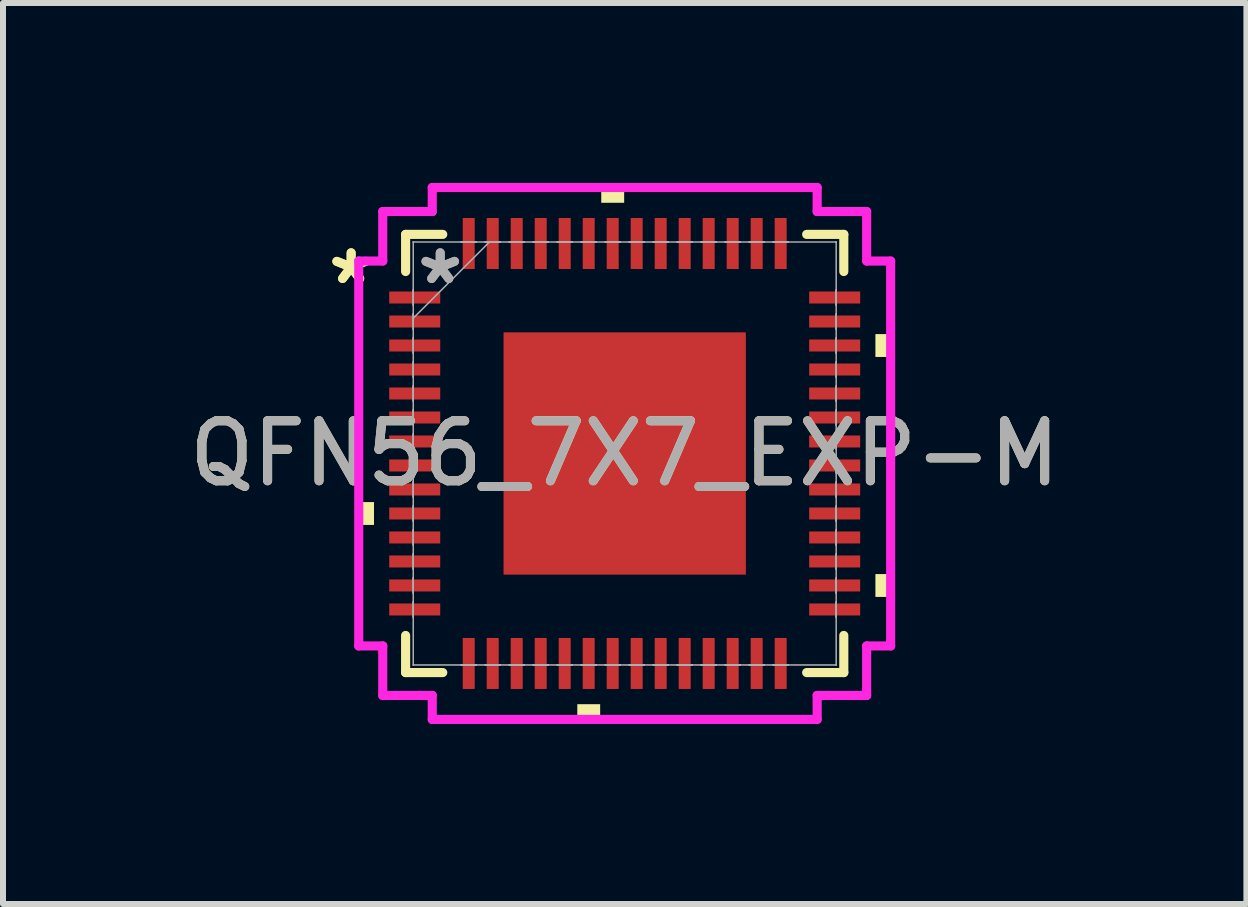
<source format=kicad_pcb>
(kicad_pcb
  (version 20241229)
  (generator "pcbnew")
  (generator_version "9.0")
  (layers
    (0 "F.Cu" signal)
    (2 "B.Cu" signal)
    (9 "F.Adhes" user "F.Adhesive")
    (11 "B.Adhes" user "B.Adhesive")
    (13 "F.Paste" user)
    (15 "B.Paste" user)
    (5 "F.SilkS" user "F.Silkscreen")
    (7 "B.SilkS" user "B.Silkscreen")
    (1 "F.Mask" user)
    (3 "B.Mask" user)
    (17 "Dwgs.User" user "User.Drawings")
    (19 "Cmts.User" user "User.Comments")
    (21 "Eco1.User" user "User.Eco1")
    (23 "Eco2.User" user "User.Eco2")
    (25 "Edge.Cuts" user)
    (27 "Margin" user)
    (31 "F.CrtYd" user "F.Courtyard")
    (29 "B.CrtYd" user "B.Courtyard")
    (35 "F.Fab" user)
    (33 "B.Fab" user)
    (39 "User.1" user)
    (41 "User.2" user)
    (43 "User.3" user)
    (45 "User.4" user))
  (footprint "QFN56_7X7_EXP-M"
    (layer "F.Cu")
    (at 7.363 4.509)
    (property "Reference" "QFN56_7X7_EXP-M" (at 0 0 0) (unlocked yes) (layer "F.SilkS") (effects (font (size 1 1) (thickness 0.15))))
    (attr smd)
    (fp_line (start -3.652 -3.652) (end -3.652 -3.033) (stroke (width 0.152) (type solid)) (layer "F.SilkS"))
    (fp_line (start -3.652 3.033) (end -3.652 3.652) (stroke (width 0.152) (type solid)) (layer "F.SilkS"))
    (fp_line (start -3.652 3.652) (end -3.033 3.652) (stroke (width 0.152) (type solid)) (layer "F.SilkS"))
    (fp_line (start -3.033 -3.652) (end -3.652 -3.652) (stroke (width 0.152) (type solid)) (layer "F.SilkS"))
    (fp_line (start 3.033 3.652) (end 3.652 3.652) (stroke (width 0.152) (type solid)) (layer "F.SilkS"))
    (fp_line (start 3.652 -3.652) (end 3.033 -3.652) (stroke (width 0.152) (type solid)) (layer "F.SilkS"))
    (fp_line (start 3.652 -3.033) (end 3.652 -3.652) (stroke (width 0.152) (type solid)) (layer "F.SilkS"))
    (fp_line (start 3.652 3.652) (end 3.652 3.033) (stroke (width 0.152) (type solid)) (layer "F.SilkS"))
    (fp_poly (pts (xy -4.433 0.81) (xy -4.433 1.191) (xy -4.179 1.191) (xy -4.179 0.81)) (stroke (width 0) (type solid)) (fill yes) (layer "F.SilkS"))
    (fp_poly (pts (xy -0.79 4.179) (xy -0.79 4.433) (xy -0.409 4.433) (xy -0.409 4.179)) (stroke (width 0) (type solid)) (fill yes) (layer "F.SilkS"))
    (fp_poly (pts (xy -0.391 -4.179) (xy -0.391 -4.433) (xy -0.009 -4.433) (xy -0.009 -4.179)) (stroke (width 0) (type solid)) (fill yes) (layer "F.SilkS"))
    (fp_poly (pts (xy 4.433 -1.99) (xy 4.433 -1.609) (xy 4.179 -1.609) (xy 4.179 -1.99)) (stroke (width 0) (type solid)) (fill yes) (layer "F.SilkS"))
    (fp_poly (pts (xy 4.433 2.01) (xy 4.433 2.391) (xy 4.179 2.391) (xy 4.179 2.01)) (stroke (width 0) (type solid)) (fill yes) (layer "F.SilkS"))
    (fp_poly (pts (xy -1.919 -1.919) (xy -1.919 -0.773) (xy -0.773 -0.773) (xy -0.773 -1.919)) (stroke (width 0) (type solid)) (fill yes) (layer "F.Paste"))
    (fp_poly (pts (xy -1.919 -0.573) (xy -1.919 0.573) (xy -0.773 0.573) (xy -0.773 -0.573)) (stroke (width 0) (type solid)) (fill yes) (layer "F.Paste"))
    (fp_poly (pts (xy -1.919 0.773) (xy -1.919 1.919) (xy -0.773 1.919) (xy -0.773 0.773)) (stroke (width 0) (type solid)) (fill yes) (layer "F.Paste"))
    (fp_poly (pts (xy -0.573 -1.919) (xy -0.573 -0.773) (xy 0.573 -0.773) (xy 0.573 -1.919)) (stroke (width 0) (type solid)) (fill yes) (layer "F.Paste"))
    (fp_poly (pts (xy -0.573 -0.573) (xy -0.573 0.573) (xy 0.573 0.573) (xy 0.573 -0.573)) (stroke (width 0) (type solid)) (fill yes) (layer "F.Paste"))
    (fp_poly (pts (xy -0.573 0.773) (xy -0.573 1.919) (xy 0.573 1.919) (xy 0.573 0.773)) (stroke (width 0) (type solid)) (fill yes) (layer "F.Paste"))
    (fp_poly (pts (xy 0.773 -1.919) (xy 0.773 -0.773) (xy 1.919 -0.773) (xy 1.919 -1.919)) (stroke (width 0) (type solid)) (fill yes) (layer "F.Paste"))
    (fp_poly (pts (xy 0.773 -0.573) (xy 0.773 0.573) (xy 1.919 0.573) (xy 1.919 -0.573)) (stroke (width 0) (type solid)) (fill yes) (layer "F.Paste"))
    (fp_poly (pts (xy 0.773 0.773) (xy 0.773 1.919) (xy 1.919 1.919) (xy 1.919 0.773)) (stroke (width 0) (type solid)) (fill yes) (layer "F.Paste"))
    (fp_line (start -4.433 -3.208) (end -4.033 -3.208) (stroke (width 0.152) (type solid)) (layer "F.CrtYd"))
    (fp_line (start -4.433 3.208) (end -4.433 -3.208) (stroke (width 0.152) (type solid)) (layer "F.CrtYd"))
    (fp_line (start -4.033 -4.033) (end -3.208 -4.033) (stroke (width 0.152) (type solid)) (layer "F.CrtYd"))
    (fp_line (start -4.033 -3.208) (end -4.033 -4.033) (stroke (width 0.152) (type solid)) (layer "F.CrtYd"))
    (fp_line (start -4.033 3.208) (end -4.433 3.208) (stroke (width 0.152) (type solid)) (layer "F.CrtYd"))
    (fp_line (start -4.033 4.033) (end -4.033 3.208) (stroke (width 0.152) (type solid)) (layer "F.CrtYd"))
    (fp_line (start -3.208 -4.433) (end 3.208 -4.433) (stroke (width 0.152) (type solid)) (layer "F.CrtYd"))
    (fp_line (start -3.208 -4.033) (end -3.208 -4.433) (stroke (width 0.152) (type solid)) (layer "F.CrtYd"))
    (fp_line (start -3.208 4.033) (end -4.033 4.033) (stroke (width 0.152) (type solid)) (layer "F.CrtYd"))
    (fp_line (start -3.208 4.433) (end -3.208 4.033) (stroke (width 0.152) (type solid)) (layer "F.CrtYd"))
    (fp_line (start 3.208 -4.433) (end 3.208 -4.033) (stroke (width 0.152) (type solid)) (layer "F.CrtYd"))
    (fp_line (start 3.208 -4.033) (end 4.033 -4.033) (stroke (width 0.152) (type solid)) (layer "F.CrtYd"))
    (fp_line (start 3.208 4.033) (end 3.208 4.433) (stroke (width 0.152) (type solid)) (layer "F.CrtYd"))
    (fp_line (start 3.208 4.433) (end -3.208 4.433) (stroke (width 0.152) (type solid)) (layer "F.CrtYd"))
    (fp_line (start 4.033 -4.033) (end 4.033 -3.208) (stroke (width 0.152) (type solid)) (layer "F.CrtYd"))
    (fp_line (start 4.033 -3.208) (end 4.433 -3.208) (stroke (width 0.152) (type solid)) (layer "F.CrtYd"))
    (fp_line (start 4.033 3.208) (end 4.033 4.033) (stroke (width 0.152) (type solid)) (layer "F.CrtYd"))
    (fp_line (start 4.033 4.033) (end 3.208 4.033) (stroke (width 0.152) (type solid)) (layer "F.CrtYd"))
    (fp_line (start 4.433 -3.208) (end 4.433 3.208) (stroke (width 0.152) (type solid)) (layer "F.CrtYd"))
    (fp_line (start 4.433 3.208) (end 4.033 3.208) (stroke (width 0.152) (type solid)) (layer "F.CrtYd"))
    (fp_line (start -3.525 -3.525) (end -3.525 -3.525) (stroke (width 0.025) (type solid)) (layer "F.Fab"))
    (fp_line (start -3.525 -3.525) (end -3.525 3.525) (stroke (width 0.025) (type solid)) (layer "F.Fab"))
    (fp_line (start -3.525 -2.725) (end -3.525 -2.725) (stroke (width 0.025) (type solid)) (layer "F.Fab"))
    (fp_line (start -3.525 -2.725) (end -3.525 -2.475) (stroke (width 0.025) (type solid)) (layer "F.Fab"))
    (fp_line (start -3.525 -2.475) (end -3.525 -2.725) (stroke (width 0.025) (type solid)) (layer "F.Fab"))
    (fp_line (start -3.525 -2.475) (end -3.525 -2.475) (stroke (width 0.025) (type solid)) (layer "F.Fab"))
    (fp_line (start -3.525 -2.325) (end -3.525 -2.325) (stroke (width 0.025) (type solid)) (layer "F.Fab"))
    (fp_line (start -3.525 -2.325) (end -3.525 -2.075) (stroke (width 0.025) (type solid)) (layer "F.Fab"))
    (fp_line (start -3.525 -2.255) (end -2.255 -3.525) (stroke (width 0.025) (type solid)) (layer "F.Fab"))
    (fp_line (start -3.525 -2.075) (end -3.525 -2.325) (stroke (width 0.025) (type solid)) (layer "F.Fab"))
    (fp_line (start -3.525 -2.075) (end -3.525 -2.075) (stroke (width 0.025) (type solid)) (layer "F.Fab"))
    (fp_line (start -3.525 -1.925) (end -3.525 -1.925) (stroke (width 0.025) (type solid)) (layer "F.Fab"))
    (fp_line (start -3.525 -1.925) (end -3.525 -1.675) (stroke (width 0.025) (type solid)) (layer "F.Fab"))
    (fp_line (start -3.525 -1.675) (end -3.525 -1.925) (stroke (width 0.025) (type solid)) (layer "F.Fab"))
    (fp_line (start -3.525 -1.675) (end -3.525 -1.675) (stroke (width 0.025) (type solid)) (layer "F.Fab"))
    (fp_line (start -3.525 -1.525) (end -3.525 -1.525) (stroke (width 0.025) (type solid)) (layer "F.Fab"))
    (fp_line (start -3.525 -1.525) (end -3.525 -1.275) (stroke (width 0.025) (type solid)) (layer "F.Fab"))
    (fp_line (start -3.525 -1.275) (end -3.525 -1.525) (stroke (width 0.025) (type solid)) (layer "F.Fab"))
    (fp_line (start -3.525 -1.275) (end -3.525 -1.275) (stroke (width 0.025) (type solid)) (layer "F.Fab"))
    (fp_line (start -3.525 -1.125) (end -3.525 -1.125) (stroke (width 0.025) (type solid)) (layer "F.Fab"))
    (fp_line (start -3.525 -1.125) (end -3.525 -0.875) (stroke (width 0.025) (type solid)) (layer "F.Fab"))
    (fp_line (start -3.525 -0.875) (end -3.525 -1.125) (stroke (width 0.025) (type solid)) (layer "F.Fab"))
    (fp_line (start -3.525 -0.875) (end -3.525 -0.875) (stroke (width 0.025) (type solid)) (layer "F.Fab"))
    (fp_line (start -3.525 -0.725) (end -3.525 -0.725) (stroke (width 0.025) (type solid)) (layer "F.Fab"))
    (fp_line (start -3.525 -0.725) (end -3.525 -0.475) (stroke (width 0.025) (type solid)) (layer "F.Fab"))
    (fp_line (start -3.525 -0.475) (end -3.525 -0.725) (stroke (width 0.025) (type solid)) (layer "F.Fab"))
    (fp_line (start -3.525 -0.475) (end -3.525 -0.475) (stroke (width 0.025) (type solid)) (layer "F.Fab"))
    (fp_line (start -3.525 -0.325) (end -3.525 -0.325) (stroke (width 0.025) (type solid)) (layer "F.Fab"))
    (fp_line (start -3.525 -0.325) (end -3.525 -0.075) (stroke (width 0.025) (type solid)) (layer "F.Fab"))
    (fp_line (start -3.525 -0.075) (end -3.525 -0.325) (stroke (width 0.025) (type solid)) (layer "F.Fab"))
    (fp_line (start -3.525 -0.075) (end -3.525 -0.075) (stroke (width 0.025) (type solid)) (layer "F.Fab"))
    (fp_line (start -3.525 0.075) (end -3.525 0.075) (stroke (width 0.025) (type solid)) (layer "F.Fab"))
    (fp_line (start -3.525 0.075) (end -3.525 0.325) (stroke (width 0.025) (type solid)) (layer "F.Fab"))
    (fp_line (start -3.525 0.325) (end -3.525 0.075) (stroke (width 0.025) (type solid)) (layer "F.Fab"))
    (fp_line (start -3.525 0.325) (end -3.525 0.325) (stroke (width 0.025) (type solid)) (layer "F.Fab"))
    (fp_line (start -3.525 0.475) (end -3.525 0.475) (stroke (width 0.025) (type solid)) (layer "F.Fab"))
    (fp_line (start -3.525 0.475) (end -3.525 0.725) (stroke (width 0.025) (type solid)) (layer "F.Fab"))
    (fp_line (start -3.525 0.725) (end -3.525 0.475) (stroke (width 0.025) (type solid)) (layer "F.Fab"))
    (fp_line (start -3.525 0.725) (end -3.525 0.725) (stroke (width 0.025) (type solid)) (layer "F.Fab"))
    (fp_line (start -3.525 0.875) (end -3.525 0.875) (stroke (width 0.025) (type solid)) (layer "F.Fab"))
    (fp_line (start -3.525 0.875) (end -3.525 1.125) (stroke (width 0.025) (type solid)) (layer "F.Fab"))
    (fp_line (start -3.525 1.125) (end -3.525 0.875) (stroke (width 0.025) (type solid)) (layer "F.Fab"))
    (fp_line (start -3.525 1.125) (end -3.525 1.125) (stroke (width 0.025) (type solid)) (layer "F.Fab"))
    (fp_line (start -3.525 1.275) (end -3.525 1.275) (stroke (width 0.025) (type solid)) (layer "F.Fab"))
    (fp_line (start -3.525 1.275) (end -3.525 1.525) (stroke (width 0.025) (type solid)) (layer "F.Fab"))
    (fp_line (start -3.525 1.525) (end -3.525 1.275) (stroke (width 0.025) (type solid)) (layer "F.Fab"))
    (fp_line (start -3.525 1.525) (end -3.525 1.525) (stroke (width 0.025) (type solid)) (layer "F.Fab"))
    (fp_line (start -3.525 1.675) (end -3.525 1.675) (stroke (width 0.025) (type solid)) (layer "F.Fab"))
    (fp_line (start -3.525 1.675) (end -3.525 1.925) (stroke (width 0.025) (type solid)) (layer "F.Fab"))
    (fp_line (start -3.525 1.925) (end -3.525 1.675) (stroke (width 0.025) (type solid)) (layer "F.Fab"))
    (fp_line (start -3.525 1.925) (end -3.525 1.925) (stroke (width 0.025) (type solid)) (layer "F.Fab"))
    (fp_line (start -3.525 2.075) (end -3.525 2.075) (stroke (width 0.025) (type solid)) (layer "F.Fab"))
    (fp_line (start -3.525 2.075) (end -3.525 2.325) (stroke (width 0.025) (type solid)) (layer "F.Fab"))
    (fp_line (start -3.525 2.325) (end -3.525 2.075) (stroke (width 0.025) (type solid)) (layer "F.Fab"))
    (fp_line (start -3.525 2.325) (end -3.525 2.325) (stroke (width 0.025) (type solid)) (layer "F.Fab"))
    (fp_line (start -3.525 2.475) (end -3.525 2.475) (stroke (width 0.025) (type solid)) (layer "F.Fab"))
    (fp_line (start -3.525 2.475) (end -3.525 2.725) (stroke (width 0.025) (type solid)) (layer "F.Fab"))
    (fp_line (start -3.525 2.725) (end -3.525 2.475) (stroke (width 0.025) (type solid)) (layer "F.Fab"))
    (fp_line (start -3.525 2.725) (end -3.525 2.725) (stroke (width 0.025) (type solid)) (layer "F.Fab"))
    (fp_line (start -3.525 3.525) (end -3.525 3.525) (stroke (width 0.025) (type solid)) (layer "F.Fab"))
    (fp_line (start -3.525 3.525) (end 3.525 3.525) (stroke (width 0.025) (type solid)) (layer "F.Fab"))
    (fp_line (start -2.725 -3.525) (end -2.725 -3.525) (stroke (width 0.025) (type solid)) (layer "F.Fab"))
    (fp_line (start -2.725 -3.525) (end -2.475 -3.525) (stroke (width 0.025) (type solid)) (layer "F.Fab"))
    (fp_line (start -2.725 3.525) (end -2.725 3.525) (stroke (width 0.025) (type solid)) (layer "F.Fab"))
    (fp_line (start -2.725 3.525) (end -2.475 3.525) (stroke (width 0.025) (type solid)) (layer "F.Fab"))
    (fp_line (start -2.475 -3.525) (end -2.725 -3.525) (stroke (width 0.025) (type solid)) (layer "F.Fab"))
    (fp_line (start -2.475 -3.525) (end -2.475 -3.525) (stroke (width 0.025) (type solid)) (layer "F.Fab"))
    (fp_line (start -2.475 3.525) (end -2.725 3.525) (stroke (width 0.025) (type solid)) (layer "F.Fab"))
    (fp_line (start -2.475 3.525) (end -2.475 3.525) (stroke (width 0.025) (type solid)) (layer "F.Fab"))
    (fp_line (start -2.325 -3.525) (end -2.325 -3.525) (stroke (width 0.025) (type solid)) (layer "F.Fab"))
    (fp_line (start -2.325 -3.525) (end -2.075 -3.525) (stroke (width 0.025) (type solid)) (layer "F.Fab"))
    (fp_line (start -2.325 3.525) (end -2.325 3.525) (stroke (width 0.025) (type solid)) (layer "F.Fab"))
    (fp_line (start -2.325 3.525) (end -2.075 3.525) (stroke (width 0.025) (type solid)) (layer "F.Fab"))
    (fp_line (start -2.075 -3.525) (end -2.325 -3.525) (stroke (width 0.025) (type solid)) (layer "F.Fab"))
    (fp_line (start -2.075 -3.525) (end -2.075 -3.525) (stroke (width 0.025) (type solid)) (layer "F.Fab"))
    (fp_line (start -2.075 3.525) (end -2.325 3.525) (stroke (width 0.025) (type solid)) (layer "F.Fab"))
    (fp_line (start -2.075 3.525) (end -2.075 3.525) (stroke (width 0.025) (type solid)) (layer "F.Fab"))
    (fp_line (start -1.925 -3.525) (end -1.925 -3.525) (stroke (width 0.025) (type solid)) (layer "F.Fab"))
    (fp_line (start -1.925 -3.525) (end -1.675 -3.525) (stroke (width 0.025) (type solid)) (layer "F.Fab"))
    (fp_line (start -1.925 3.525) (end -1.925 3.525) (stroke (width 0.025) (type solid)) (layer "F.Fab"))
    (fp_line (start -1.925 3.525) (end -1.675 3.525) (stroke (width 0.025) (type solid)) (layer "F.Fab"))
    (fp_line (start -1.675 -3.525) (end -1.925 -3.525) (stroke (width 0.025) (type solid)) (layer "F.Fab"))
    (fp_line (start -1.675 -3.525) (end -1.675 -3.525) (stroke (width 0.025) (type solid)) (layer "F.Fab"))
    (fp_line (start -1.675 3.525) (end -1.925 3.525) (stroke (width 0.025) (type solid)) (layer "F.Fab"))
    (fp_line (start -1.675 3.525) (end -1.675 3.525) (stroke (width 0.025) (type solid)) (layer "F.Fab"))
    (fp_line (start -1.525 -3.525) (end -1.525 -3.525) (stroke (width 0.025) (type solid)) (layer "F.Fab"))
    (fp_line (start -1.525 -3.525) (end -1.275 -3.525) (stroke (width 0.025) (type solid)) (layer "F.Fab"))
    (fp_line (start -1.525 3.525) (end -1.525 3.525) (stroke (width 0.025) (type solid)) (layer "F.Fab"))
    (fp_line (start -1.525 3.525) (end -1.275 3.525) (stroke (width 0.025) (type solid)) (layer "F.Fab"))
    (fp_line (start -1.275 -3.525) (end -1.525 -3.525) (stroke (width 0.025) (type solid)) (layer "F.Fab"))
    (fp_line (start -1.275 -3.525) (end -1.275 -3.525) (stroke (width 0.025) (type solid)) (layer "F.Fab"))
    (fp_line (start -1.275 3.525) (end -1.525 3.525) (stroke (width 0.025) (type solid)) (layer "F.Fab"))
    (fp_line (start -1.275 3.525) (end -1.275 3.525) (stroke (width 0.025) (type solid)) (layer "F.Fab"))
    (fp_line (start -1.125 -3.525) (end -1.125 -3.525) (stroke (width 0.025) (type solid)) (layer "F.Fab"))
    (fp_line (start -1.125 -3.525) (end -0.875 -3.525) (stroke (width 0.025) (type solid)) (layer "F.Fab"))
    (fp_line (start -1.125 3.525) (end -1.125 3.525) (stroke (width 0.025) (type solid)) (layer "F.Fab"))
    (fp_line (start -1.125 3.525) (end -0.875 3.525) (stroke (width 0.025) (type solid)) (layer "F.Fab"))
    (fp_line (start -0.875 -3.525) (end -1.125 -3.525) (stroke (width 0.025) (type solid)) (layer "F.Fab"))
    (fp_line (start -0.875 -3.525) (end -0.875 -3.525) (stroke (width 0.025) (type solid)) (layer "F.Fab"))
    (fp_line (start -0.875 3.525) (end -1.125 3.525) (stroke (width 0.025) (type solid)) (layer "F.Fab"))
    (fp_line (start -0.875 3.525) (end -0.875 3.525) (stroke (width 0.025) (type solid)) (layer "F.Fab"))
    (fp_line (start -0.725 -3.525) (end -0.725 -3.525) (stroke (width 0.025) (type solid)) (layer "F.Fab"))
    (fp_line (start -0.725 -3.525) (end -0.475 -3.525) (stroke (width 0.025) (type solid)) (layer "F.Fab"))
    (fp_line (start -0.725 3.525) (end -0.725 3.525) (stroke (width 0.025) (type solid)) (layer "F.Fab"))
    (fp_line (start -0.725 3.525) (end -0.475 3.525) (stroke (width 0.025) (type solid)) (layer "F.Fab"))
    (fp_line (start -0.475 -3.525) (end -0.725 -3.525) (stroke (width 0.025) (type solid)) (layer "F.Fab"))
    (fp_line (start -0.475 -3.525) (end -0.475 -3.525) (stroke (width 0.025) (type solid)) (layer "F.Fab"))
    (fp_line (start -0.475 3.525) (end -0.725 3.525) (stroke (width 0.025) (type solid)) (layer "F.Fab"))
    (fp_line (start -0.475 3.525) (end -0.475 3.525) (stroke (width 0.025) (type solid)) (layer "F.Fab"))
    (fp_line (start -0.325 -3.525) (end -0.325 -3.525) (stroke (width 0.025) (type solid)) (layer "F.Fab"))
    (fp_line (start -0.325 -3.525) (end -0.075 -3.525) (stroke (width 0.025) (type solid)) (layer "F.Fab"))
    (fp_line (start -0.325 3.525) (end -0.325 3.525) (stroke (width 0.025) (type solid)) (layer "F.Fab"))
    (fp_line (start -0.325 3.525) (end -0.075 3.525) (stroke (width 0.025) (type solid)) (layer "F.Fab"))
    (fp_line (start -0.075 -3.525) (end -0.325 -3.525) (stroke (width 0.025) (type solid)) (layer "F.Fab"))
    (fp_line (start -0.075 -3.525) (end -0.075 -3.525) (stroke (width 0.025) (type solid)) (layer "F.Fab"))
    (fp_line (start -0.075 3.525) (end -0.325 3.525) (stroke (width 0.025) (type solid)) (layer "F.Fab"))
    (fp_line (start -0.075 3.525) (end -0.075 3.525) (stroke (width 0.025) (type solid)) (layer "F.Fab"))
    (fp_line (start 0.075 -3.525) (end 0.075 -3.525) (stroke (width 0.025) (type solid)) (layer "F.Fab"))
    (fp_line (start 0.075 -3.525) (end 0.325 -3.525) (stroke (width 0.025) (type solid)) (layer "F.Fab"))
    (fp_line (start 0.075 3.525) (end 0.075 3.525) (stroke (width 0.025) (type solid)) (layer "F.Fab"))
    (fp_line (start 0.075 3.525) (end 0.325 3.525) (stroke (width 0.025) (type solid)) (layer "F.Fab"))
    (fp_line (start 0.325 -3.525) (end 0.075 -3.525) (stroke (width 0.025) (type solid)) (layer "F.Fab"))
    (fp_line (start 0.325 -3.525) (end 0.325 -3.525) (stroke (width 0.025) (type solid)) (layer "F.Fab"))
    (fp_line (start 0.325 3.525) (end 0.075 3.525) (stroke (width 0.025) (type solid)) (layer "F.Fab"))
    (fp_line (start 0.325 3.525) (end 0.325 3.525) (stroke (width 0.025) (type solid)) (layer "F.Fab"))
    (fp_line (start 0.475 -3.525) (end 0.475 -3.525) (stroke (width 0.025) (type solid)) (layer "F.Fab"))
    (fp_line (start 0.475 -3.525) (end 0.725 -3.525) (stroke (width 0.025) (type solid)) (layer "F.Fab"))
    (fp_line (start 0.475 3.525) (end 0.475 3.525) (stroke (width 0.025) (type solid)) (layer "F.Fab"))
    (fp_line (start 0.475 3.525) (end 0.725 3.525) (stroke (width 0.025) (type solid)) (layer "F.Fab"))
    (fp_line (start 0.725 -3.525) (end 0.475 -3.525) (stroke (width 0.025) (type solid)) (layer "F.Fab"))
    (fp_line (start 0.725 -3.525) (end 0.725 -3.525) (stroke (width 0.025) (type solid)) (layer "F.Fab"))
    (fp_line (start 0.725 3.525) (end 0.475 3.525) (stroke (width 0.025) (type solid)) (layer "F.Fab"))
    (fp_line (start 0.725 3.525) (end 0.725 3.525) (stroke (width 0.025) (type solid)) (layer "F.Fab"))
    (fp_line (start 0.875 -3.525) (end 0.875 -3.525) (stroke (width 0.025) (type solid)) (layer "F.Fab"))
    (fp_line (start 0.875 -3.525) (end 1.125 -3.525) (stroke (width 0.025) (type solid)) (layer "F.Fab"))
    (fp_line (start 0.875 3.525) (end 0.875 3.525) (stroke (width 0.025) (type solid)) (layer "F.Fab"))
    (fp_line (start 0.875 3.525) (end 1.125 3.525) (stroke (width 0.025) (type solid)) (layer "F.Fab"))
    (fp_line (start 1.125 -3.525) (end 0.875 -3.525) (stroke (width 0.025) (type solid)) (layer "F.Fab"))
    (fp_line (start 1.125 -3.525) (end 1.125 -3.525) (stroke (width 0.025) (type solid)) (layer "F.Fab"))
    (fp_line (start 1.125 3.525) (end 0.875 3.525) (stroke (width 0.025) (type solid)) (layer "F.Fab"))
    (fp_line (start 1.125 3.525) (end 1.125 3.525) (stroke (width 0.025) (type solid)) (layer "F.Fab"))
    (fp_line (start 1.275 -3.525) (end 1.275 -3.525) (stroke (width 0.025) (type solid)) (layer "F.Fab"))
    (fp_line (start 1.275 -3.525) (end 1.525 -3.525) (stroke (width 0.025) (type solid)) (layer "F.Fab"))
    (fp_line (start 1.275 3.525) (end 1.275 3.525) (stroke (width 0.025) (type solid)) (layer "F.Fab"))
    (fp_line (start 1.275 3.525) (end 1.525 3.525) (stroke (width 0.025) (type solid)) (layer "F.Fab"))
    (fp_line (start 1.525 -3.525) (end 1.275 -3.525) (stroke (width 0.025) (type solid)) (layer "F.Fab"))
    (fp_line (start 1.525 -3.525) (end 1.525 -3.525) (stroke (width 0.025) (type solid)) (layer "F.Fab"))
    (fp_line (start 1.525 3.525) (end 1.275 3.525) (stroke (width 0.025) (type solid)) (layer "F.Fab"))
    (fp_line (start 1.525 3.525) (end 1.525 3.525) (stroke (width 0.025) (type solid)) (layer "F.Fab"))
    (fp_line (start 1.675 -3.525) (end 1.675 -3.525) (stroke (width 0.025) (type solid)) (layer "F.Fab"))
    (fp_line (start 1.675 -3.525) (end 1.925 -3.525) (stroke (width 0.025) (type solid)) (layer "F.Fab"))
    (fp_line (start 1.675 3.525) (end 1.675 3.525) (stroke (width 0.025) (type solid)) (layer "F.Fab"))
    (fp_line (start 1.675 3.525) (end 1.925 3.525) (stroke (width 0.025) (type solid)) (layer "F.Fab"))
    (fp_line (start 1.925 -3.525) (end 1.675 -3.525) (stroke (width 0.025) (type solid)) (layer "F.Fab"))
    (fp_line (start 1.925 -3.525) (end 1.925 -3.525) (stroke (width 0.025) (type solid)) (layer "F.Fab"))
    (fp_line (start 1.925 3.525) (end 1.675 3.525) (stroke (width 0.025) (type solid)) (layer "F.Fab"))
    (fp_line (start 1.925 3.525) (end 1.925 3.525) (stroke (width 0.025) (type solid)) (layer "F.Fab"))
    (fp_line (start 2.075 -3.525) (end 2.075 -3.525) (stroke (width 0.025) (type solid)) (layer "F.Fab"))
    (fp_line (start 2.075 -3.525) (end 2.325 -3.525) (stroke (width 0.025) (type solid)) (layer "F.Fab"))
    (fp_line (start 2.075 3.525) (end 2.075 3.525) (stroke (width 0.025) (type solid)) (layer "F.Fab"))
    (fp_line (start 2.075 3.525) (end 2.325 3.525) (stroke (width 0.025) (type solid)) (layer "F.Fab"))
    (fp_line (start 2.325 -3.525) (end 2.075 -3.525) (stroke (width 0.025) (type solid)) (layer "F.Fab"))
    (fp_line (start 2.325 -3.525) (end 2.325 -3.525) (stroke (width 0.025) (type solid)) (layer "F.Fab"))
    (fp_line (start 2.325 3.525) (end 2.075 3.525) (stroke (width 0.025) (type solid)) (layer "F.Fab"))
    (fp_line (start 2.325 3.525) (end 2.325 3.525) (stroke (width 0.025) (type solid)) (layer "F.Fab"))
    (fp_line (start 2.475 -3.525) (end 2.475 -3.525) (stroke (width 0.025) (type solid)) (layer "F.Fab"))
    (fp_line (start 2.475 -3.525) (end 2.725 -3.525) (stroke (width 0.025) (type solid)) (layer "F.Fab"))
    (fp_line (start 2.475 3.525) (end 2.475 3.525) (stroke (width 0.025) (type solid)) (layer "F.Fab"))
    (fp_line (start 2.475 3.525) (end 2.725 3.525) (stroke (width 0.025) (type solid)) (layer "F.Fab"))
    (fp_line (start 2.725 -3.525) (end 2.475 -3.525) (stroke (width 0.025) (type solid)) (layer "F.Fab"))
    (fp_line (start 2.725 -3.525) (end 2.725 -3.525) (stroke (width 0.025) (type solid)) (layer "F.Fab"))
    (fp_line (start 2.725 3.525) (end 2.475 3.525) (stroke (width 0.025) (type solid)) (layer "F.Fab"))
    (fp_line (start 2.725 3.525) (end 2.725 3.525) (stroke (width 0.025) (type solid)) (layer "F.Fab"))
    (fp_line (start 3.525 -3.525) (end -3.525 -3.525) (stroke (width 0.025) (type solid)) (layer "F.Fab"))
    (fp_line (start 3.525 -3.525) (end 3.525 -3.525) (stroke (width 0.025) (type solid)) (layer "F.Fab"))
    (fp_line (start 3.525 -2.725) (end 3.525 -2.725) (stroke (width 0.025) (type solid)) (layer "F.Fab"))
    (fp_line (start 3.525 -2.725) (end 3.525 -2.475) (stroke (width 0.025) (type solid)) (layer "F.Fab"))
    (fp_line (start 3.525 -2.475) (end 3.525 -2.725) (stroke (width 0.025) (type solid)) (layer "F.Fab"))
    (fp_line (start 3.525 -2.475) (end 3.525 -2.475) (stroke (width 0.025) (type solid)) (layer "F.Fab"))
    (fp_line (start 3.525 -2.325) (end 3.525 -2.325) (stroke (width 0.025) (type solid)) (layer "F.Fab"))
    (fp_line (start 3.525 -2.325) (end 3.525 -2.075) (stroke (width 0.025) (type solid)) (layer "F.Fab"))
    (fp_line (start 3.525 -2.075) (end 3.525 -2.325) (stroke (width 0.025) (type solid)) (layer "F.Fab"))
    (fp_line (start 3.525 -2.075) (end 3.525 -2.075) (stroke (width 0.025) (type solid)) (layer "F.Fab"))
    (fp_line (start 3.525 -1.925) (end 3.525 -1.925) (stroke (width 0.025) (type solid)) (layer "F.Fab"))
    (fp_line (start 3.525 -1.925) (end 3.525 -1.675) (stroke (width 0.025) (type solid)) (layer "F.Fab"))
    (fp_line (start 3.525 -1.675) (end 3.525 -1.925) (stroke (width 0.025) (type solid)) (layer "F.Fab"))
    (fp_line (start 3.525 -1.675) (end 3.525 -1.675) (stroke (width 0.025) (type solid)) (layer "F.Fab"))
    (fp_line (start 3.525 -1.525) (end 3.525 -1.525) (stroke (width 0.025) (type solid)) (layer "F.Fab"))
    (fp_line (start 3.525 -1.525) (end 3.525 -1.275) (stroke (width 0.025) (type solid)) (layer "F.Fab"))
    (fp_line (start 3.525 -1.275) (end 3.525 -1.525) (stroke (width 0.025) (type solid)) (layer "F.Fab"))
    (fp_line (start 3.525 -1.275) (end 3.525 -1.275) (stroke (width 0.025) (type solid)) (layer "F.Fab"))
    (fp_line (start 3.525 -1.125) (end 3.525 -1.125) (stroke (width 0.025) (type solid)) (layer "F.Fab"))
    (fp_line (start 3.525 -1.125) (end 3.525 -0.875) (stroke (width 0.025) (type solid)) (layer "F.Fab"))
    (fp_line (start 3.525 -0.875) (end 3.525 -1.125) (stroke (width 0.025) (type solid)) (layer "F.Fab"))
    (fp_line (start 3.525 -0.875) (end 3.525 -0.875) (stroke (width 0.025) (type solid)) (layer "F.Fab"))
    (fp_line (start 3.525 -0.725) (end 3.525 -0.725) (stroke (width 0.025) (type solid)) (layer "F.Fab"))
    (fp_line (start 3.525 -0.725) (end 3.525 -0.475) (stroke (width 0.025) (type solid)) (layer "F.Fab"))
    (fp_line (start 3.525 -0.475) (end 3.525 -0.725) (stroke (width 0.025) (type solid)) (layer "F.Fab"))
    (fp_line (start 3.525 -0.475) (end 3.525 -0.475) (stroke (width 0.025) (type solid)) (layer "F.Fab"))
    (fp_line (start 3.525 -0.325) (end 3.525 -0.325) (stroke (width 0.025) (type solid)) (layer "F.Fab"))
    (fp_line (start 3.525 -0.325) (end 3.525 -0.075) (stroke (width 0.025) (type solid)) (layer "F.Fab"))
    (fp_line (start 3.525 -0.075) (end 3.525 -0.325) (stroke (width 0.025) (type solid)) (layer "F.Fab"))
    (fp_line (start 3.525 -0.075) (end 3.525 -0.075) (stroke (width 0.025) (type solid)) (layer "F.Fab"))
    (fp_line (start 3.525 0.075) (end 3.525 0.075) (stroke (width 0.025) (type solid)) (layer "F.Fab"))
    (fp_line (start 3.525 0.075) (end 3.525 0.325) (stroke (width 0.025) (type solid)) (layer "F.Fab"))
    (fp_line (start 3.525 0.325) (end 3.525 0.075) (stroke (width 0.025) (type solid)) (layer "F.Fab"))
    (fp_line (start 3.525 0.325) (end 3.525 0.325) (stroke (width 0.025) (type solid)) (layer "F.Fab"))
    (fp_line (start 3.525 0.475) (end 3.525 0.475) (stroke (width 0.025) (type solid)) (layer "F.Fab"))
    (fp_line (start 3.525 0.475) (end 3.525 0.725) (stroke (width 0.025) (type solid)) (layer "F.Fab"))
    (fp_line (start 3.525 0.725) (end 3.525 0.475) (stroke (width 0.025) (type solid)) (layer "F.Fab"))
    (fp_line (start 3.525 0.725) (end 3.525 0.725) (stroke (width 0.025) (type solid)) (layer "F.Fab"))
    (fp_line (start 3.525 0.875) (end 3.525 0.875) (stroke (width 0.025) (type solid)) (layer "F.Fab"))
    (fp_line (start 3.525 0.875) (end 3.525 1.125) (stroke (width 0.025) (type solid)) (layer "F.Fab"))
    (fp_line (start 3.525 1.125) (end 3.525 0.875) (stroke (width 0.025) (type solid)) (layer "F.Fab"))
    (fp_line (start 3.525 1.125) (end 3.525 1.125) (stroke (width 0.025) (type solid)) (layer "F.Fab"))
    (fp_line (start 3.525 1.275) (end 3.525 1.275) (stroke (width 0.025) (type solid)) (layer "F.Fab"))
    (fp_line (start 3.525 1.275) (end 3.525 1.525) (stroke (width 0.025) (type solid)) (layer "F.Fab"))
    (fp_line (start 3.525 1.525) (end 3.525 1.275) (stroke (width 0.025) (type solid)) (layer "F.Fab"))
    (fp_line (start 3.525 1.525) (end 3.525 1.525) (stroke (width 0.025) (type solid)) (layer "F.Fab"))
    (fp_line (start 3.525 1.675) (end 3.525 1.675) (stroke (width 0.025) (type solid)) (layer "F.Fab"))
    (fp_line (start 3.525 1.675) (end 3.525 1.925) (stroke (width 0.025) (type solid)) (layer "F.Fab"))
    (fp_line (start 3.525 1.925) (end 3.525 1.675) (stroke (width 0.025) (type solid)) (layer "F.Fab"))
    (fp_line (start 3.525 1.925) (end 3.525 1.925) (stroke (width 0.025) (type solid)) (layer "F.Fab"))
    (fp_line (start 3.525 2.075) (end 3.525 2.075) (stroke (width 0.025) (type solid)) (layer "F.Fab"))
    (fp_line (start 3.525 2.075) (end 3.525 2.325) (stroke (width 0.025) (type solid)) (layer "F.Fab"))
    (fp_line (start 3.525 2.325) (end 3.525 2.075) (stroke (width 0.025) (type solid)) (layer "F.Fab"))
    (fp_line (start 3.525 2.325) (end 3.525 2.325) (stroke (width 0.025) (type solid)) (layer "F.Fab"))
    (fp_line (start 3.525 2.475) (end 3.525 2.475) (stroke (width 0.025) (type solid)) (layer "F.Fab"))
    (fp_line (start 3.525 2.475) (end 3.525 2.725) (stroke (width 0.025) (type solid)) (layer "F.Fab"))
    (fp_line (start 3.525 2.725) (end 3.525 2.475) (stroke (width 0.025) (type solid)) (layer "F.Fab"))
    (fp_line (start 3.525 2.725) (end 3.525 2.725) (stroke (width 0.025) (type solid)) (layer "F.Fab"))
    (fp_line (start 3.525 3.525) (end 3.525 -3.525) (stroke (width 0.025) (type solid)) (layer "F.Fab"))
    (fp_line (start 3.525 3.525) (end 3.525 3.525) (stroke (width 0.025) (type solid)) (layer "F.Fab"))
    (fp_text user "*" (at -4.56 -2.8 0) (layer "F.SilkS") (effects (font (size 1 1) (thickness 0.15))))
    (fp_text user "*" (at -4.56 -2.8 0) (unlocked yes) (layer "F.SilkS") (effects (font (size 1 1) (thickness 0.15))))
    (fp_text user "*" (at -3.075 -2.8 0) (layer "F.Fab") (effects (font (size 1 1) (thickness 0.15))))
    (fp_text user "${REFERENCE}" (at 0 0 0) (unlocked yes) (layer "F.Fab") (effects (font (size 1 1) (thickness 0.15))))
    (fp_text user "*" (at -3.075 -2.8 0) (unlocked yes) (layer "F.Fab") (effects (font (size 1 1) (thickness 0.15))))
    (pad "1" smd rect (at -3.5 -2.6 90) (size 0.2 0.85) (layers "F.Cu" "F.Mask" "F.Paste"))
    (pad "2" smd rect (at -3.5 -2.2 90) (size 0.2 0.85) (layers "F.Cu" "F.Mask" "F.Paste"))
    (pad "3" smd rect (at -3.5 -1.8 90) (size 0.2 0.85) (layers "F.Cu" "F.Mask" "F.Paste"))
    (pad "4" smd rect (at -3.5 -1.4 90) (size 0.2 0.85) (layers "F.Cu" "F.Mask" "F.Paste"))
    (pad "5" smd rect (at -3.5 -1 90) (size 0.2 0.85) (layers "F.Cu" "F.Mask" "F.Paste"))
    (pad "6" smd rect (at -3.5 -0.6 90) (size 0.2 0.85) (layers "F.Cu" "F.Mask" "F.Paste"))
    (pad "7" smd rect (at -3.5 -0.2 90) (size 0.2 0.85) (layers "F.Cu" "F.Mask" "F.Paste"))
    (pad "8" smd rect (at -3.5 0.2 90) (size 0.2 0.85) (layers "F.Cu" "F.Mask" "F.Paste"))
    (pad "9" smd rect (at -3.5 0.6 90) (size 0.2 0.85) (layers "F.Cu" "F.Mask" "F.Paste"))
    (pad "10" smd rect (at -3.5 1 90) (size 0.2 0.85) (layers "F.Cu" "F.Mask" "F.Paste"))
    (pad "11" smd rect (at -3.5 1.4 90) (size 0.2 0.85) (layers "F.Cu" "F.Mask" "F.Paste"))
    (pad "12" smd rect (at -3.5 1.8 90) (size 0.2 0.85) (layers "F.Cu" "F.Mask" "F.Paste"))
    (pad "13" smd rect (at -3.5 2.2 90) (size 0.2 0.85) (layers "F.Cu" "F.Mask" "F.Paste"))
    (pad "14" smd rect (at -3.5 2.6 90) (size 0.2 0.85) (layers "F.Cu" "F.Mask" "F.Paste"))
    (pad "15" smd rect (at -2.6 3.5) (size 0.2 0.85) (layers "F.Cu" "F.Mask" "F.Paste"))
    (pad "16" smd rect (at -2.2 3.5) (size 0.2 0.85) (layers "F.Cu" "F.Mask" "F.Paste"))
    (pad "17" smd rect (at -1.8 3.5) (size 0.2 0.85) (layers "F.Cu" "F.Mask" "F.Paste"))
    (pad "18" smd rect (at -1.4 3.5) (size 0.2 0.85) (layers "F.Cu" "F.Mask" "F.Paste"))
    (pad "19" smd rect (at -1 3.5) (size 0.2 0.85) (layers "F.Cu" "F.Mask" "F.Paste"))
    (pad "20" smd rect (at -0.6 3.5) (size 0.2 0.85) (layers "F.Cu" "F.Mask" "F.Paste"))
    (pad "21" smd rect (at -0.2 3.5) (size 0.2 0.85) (layers "F.Cu" "F.Mask" "F.Paste"))
    (pad "22" smd rect (at 0.2 3.5) (size 0.2 0.85) (layers "F.Cu" "F.Mask" "F.Paste"))
    (pad "23" smd rect (at 0.6 3.5) (size 0.2 0.85) (layers "F.Cu" "F.Mask" "F.Paste"))
    (pad "24" smd rect (at 1 3.5) (size 0.2 0.85) (layers "F.Cu" "F.Mask" "F.Paste"))
    (pad "25" smd rect (at 1.4 3.5) (size 0.2 0.85) (layers "F.Cu" "F.Mask" "F.Paste"))
    (pad "26" smd rect (at 1.8 3.5) (size 0.2 0.85) (layers "F.Cu" "F.Mask" "F.Paste"))
    (pad "27" smd rect (at 2.2 3.5) (size 0.2 0.85) (layers "F.Cu" "F.Mask" "F.Paste"))
    (pad "28" smd rect (at 2.6 3.5) (size 0.2 0.85) (layers "F.Cu" "F.Mask" "F.Paste"))
    (pad "29" smd rect (at 3.5 2.6 90) (size 0.2 0.85) (layers "F.Cu" "F.Mask" "F.Paste"))
    (pad "30" smd rect (at 3.5 2.2 90) (size 0.2 0.85) (layers "F.Cu" "F.Mask" "F.Paste"))
    (pad "31" smd rect (at 3.5 1.8 90) (size 0.2 0.85) (layers "F.Cu" "F.Mask" "F.Paste"))
    (pad "32" smd rect (at 3.5 1.4 90) (size 0.2 0.85) (layers "F.Cu" "F.Mask" "F.Paste"))
    (pad "33" smd rect (at 3.5 1 90) (size 0.2 0.85) (layers "F.Cu" "F.Mask" "F.Paste"))
    (pad "34" smd rect (at 3.5 0.6 90) (size 0.2 0.85) (layers "F.Cu" "F.Mask" "F.Paste"))
    (pad "35" smd rect (at 3.5 0.2 90) (size 0.2 0.85) (layers "F.Cu" "F.Mask" "F.Paste"))
    (pad "36" smd rect (at 3.5 -0.2 90) (size 0.2 0.85) (layers "F.Cu" "F.Mask" "F.Paste"))
    (pad "37" smd rect (at 3.5 -0.6 90) (size 0.2 0.85) (layers "F.Cu" "F.Mask" "F.Paste"))
    (pad "38" smd rect (at 3.5 -1 90) (size 0.2 0.85) (layers "F.Cu" "F.Mask" "F.Paste"))
    (pad "39" smd rect (at 3.5 -1.4 90) (size 0.2 0.85) (layers "F.Cu" "F.Mask" "F.Paste"))
    (pad "40" smd rect (at 3.5 -1.8 90) (size 0.2 0.85) (layers "F.Cu" "F.Mask" "F.Paste"))
    (pad "41" smd rect (at 3.5 -2.2 90) (size 0.2 0.85) (layers "F.Cu" "F.Mask" "F.Paste"))
    (pad "42" smd rect (at 3.5 -2.6 90) (size 0.2 0.85) (layers "F.Cu" "F.Mask" "F.Paste"))
    (pad "43" smd rect (at 2.6 -3.5) (size 0.2 0.85) (layers "F.Cu" "F.Mask" "F.Paste"))
    (pad "44" smd rect (at 2.2 -3.5) (size 0.2 0.85) (layers "F.Cu" "F.Mask" "F.Paste"))
    (pad "45" smd rect (at 1.8 -3.5) (size 0.2 0.85) (layers "F.Cu" "F.Mask" "F.Paste"))
    (pad "46" smd rect (at 1.4 -3.5) (size 0.2 0.85) (layers "F.Cu" "F.Mask" "F.Paste"))
    (pad "47" smd rect (at 1 -3.5) (size 0.2 0.85) (layers "F.Cu" "F.Mask" "F.Paste"))
    (pad "48" smd rect (at 0.6 -3.5) (size 0.2 0.85) (layers "F.Cu" "F.Mask" "F.Paste"))
    (pad "49" smd rect (at 0.2 -3.5) (size 0.2 0.85) (layers "F.Cu" "F.Mask" "F.Paste"))
    (pad "50" smd rect (at -0.2 -3.5) (size 0.2 0.85) (layers "F.Cu" "F.Mask" "F.Paste"))
    (pad "51" smd rect (at -0.6 -3.5) (size 0.2 0.85) (layers "F.Cu" "F.Mask" "F.Paste"))
    (pad "52" smd rect (at -1 -3.5) (size 0.2 0.85) (layers "F.Cu" "F.Mask" "F.Paste"))
    (pad "53" smd rect (at -1.4 -3.5) (size 0.2 0.85) (layers "F.Cu" "F.Mask" "F.Paste"))
    (pad "54" smd rect (at -1.8 -3.5) (size 0.2 0.85) (layers "F.Cu" "F.Mask" "F.Paste"))
    (pad "55" smd rect (at -2.2 -3.5) (size 0.2 0.85) (layers "F.Cu" "F.Mask" "F.Paste"))
    (pad "56" smd rect (at -2.6 -3.5) (size 0.2 0.85) (layers "F.Cu" "F.Mask" "F.Paste"))
    (pad "57" smd rect (at 0 0) (size 4.039 4.039) (layers "F.Cu" "F.Mask" "F.Paste")))
  (gr_rect
    (start -3 -3)
    (end 17.726 12.018)
    (stroke (width 0.1) (type default))
    (fill no)
    (layer "Edge.Cuts")))
</source>
